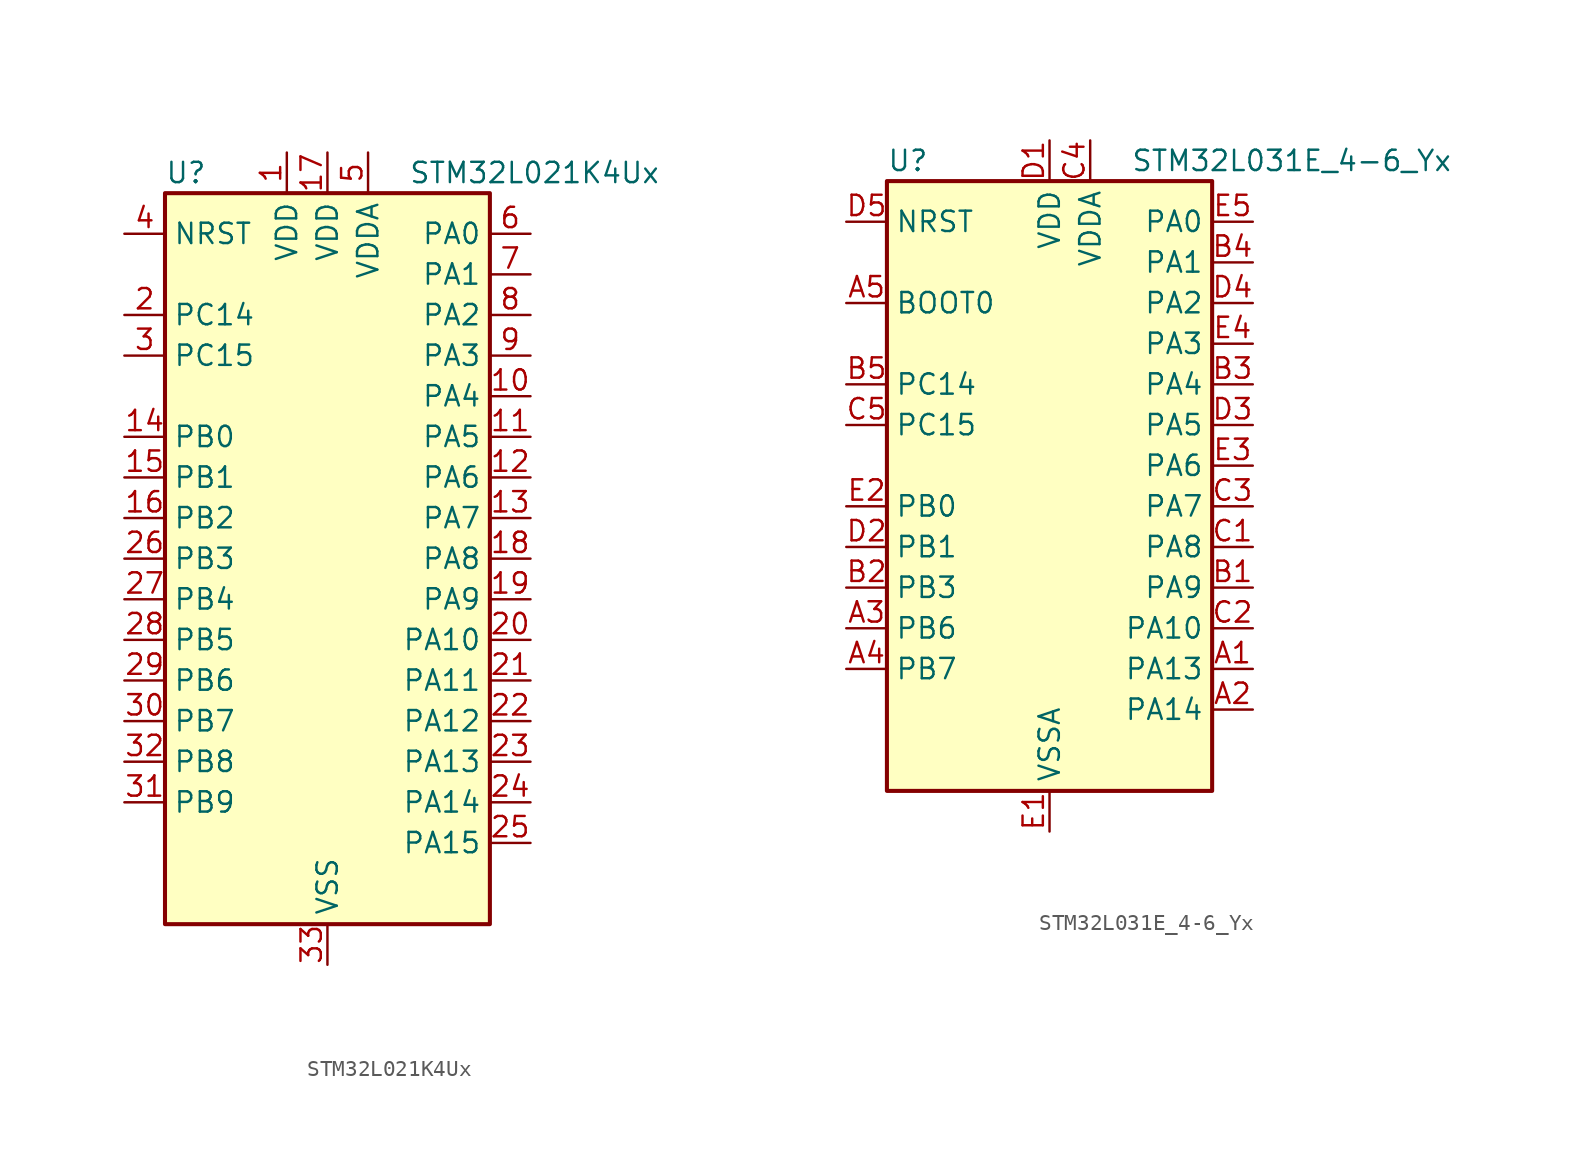
<source format=kicad_sym>
(kicad_symbol_lib
  (version 20220914)
  (generator kicad_symbol_editor)
  (symbol "STM32L021K4Ux"
    (property "Reference" "U"
      (at -10.16 24.13 0)
      (effects (font (size 1.27 1.27)) (justify left)))
    (property "Value" "STM32L021K4Ux"
      (at 5.08 24.13 0)
      (effects (font (size 1.27 1.27)) (justify left)))
    (property "ki_locked" ""
      (at 0 0 0)
      (effects (font (size 1.27 1.27))))
    (symbol "STM32L021K4Ux_0_1"
      (rectangle (start -10.16 -22.86) (end 10.16 22.86) (stroke (width 0.254) (type default)) (fill (type background))))
    (symbol "STM32L021K4Ux_1_1"
      (pin power_in line (at -2.54 25.4 270) (length 2.54) (name "VDD" (effects (font (size 1.27 1.27)))) (number "1" (effects (font (size 1.27 1.27)))))
      (pin bidirectional line (at 12.7 10.16 180) (length 2.54) (name "PA4" (effects (font (size 1.27 1.27)))) (number "10" (effects (font (size 1.27 1.27)))) (alternate "ADC_IN4" bidirectional line) (alternate "COMP1_INM" bidirectional line) (alternate "COMP2_INM" bidirectional line) (alternate "COMP2_OUT" bidirectional line) (alternate "I2C1_SCL" bidirectional line) (alternate "LPTIM1_ETR" bidirectional line) (alternate "LPTIM1_IN1" bidirectional line) (alternate "LPUART1_TX" bidirectional line) (alternate "SPI1_NSS" bidirectional line) (alternate "TIM2_ETR" bidirectional line) (alternate "USART2_CK" bidirectional line))
      (pin bidirectional line (at 12.7 7.62 180) (length 2.54) (name "PA5" (effects (font (size 1.27 1.27)))) (number "11" (effects (font (size 1.27 1.27)))) (alternate "ADC_IN5" bidirectional line) (alternate "COMP1_INM" bidirectional line) (alternate "COMP2_INM" bidirectional line) (alternate "LPTIM1_IN2" bidirectional line) (alternate "SPI1_SCK" bidirectional line) (alternate "TIM2_CH1" bidirectional line) (alternate "TIM2_ETR" bidirectional line))
      (pin bidirectional line (at 12.7 5.08 180) (length 2.54) (name "PA6" (effects (font (size 1.27 1.27)))) (number "12" (effects (font (size 1.27 1.27)))) (alternate "ADC_IN6" bidirectional line) (alternate "COMP1_OUT" bidirectional line) (alternate "LPTIM1_ETR" bidirectional line) (alternate "LPUART1_CTS" bidirectional line) (alternate "SPI1_MISO" bidirectional line))
      (pin bidirectional line (at 12.7 2.54 180) (length 2.54) (name "PA7" (effects (font (size 1.27 1.27)))) (number "13" (effects (font (size 1.27 1.27)))) (alternate "ADC_IN7" bidirectional line) (alternate "COMP2_INP" bidirectional line) (alternate "COMP2_OUT" bidirectional line) (alternate "LPTIM1_OUT" bidirectional line) (alternate "SPI1_MOSI" bidirectional line) (alternate "TIM21_ETR" bidirectional line) (alternate "USART2_CTS" bidirectional line))
      (pin bidirectional line (at -12.7 7.62 0) (length 2.54) (name "PB0" (effects (font (size 1.27 1.27)))) (number "14" (effects (font (size 1.27 1.27)))) (alternate "ADC_IN8" bidirectional line) (alternate "SPI1_MISO" bidirectional line) (alternate "SYS_VREF_OUT_PB0" bidirectional line) (alternate "TIM2_CH2" bidirectional line) (alternate "TIM2_CH3" bidirectional line) (alternate "USART2_DE" bidirectional line) (alternate "USART2_RTS" bidirectional line))
      (pin bidirectional line (at -12.7 5.08 0) (length 2.54) (name "PB1" (effects (font (size 1.27 1.27)))) (number "15" (effects (font (size 1.27 1.27)))) (alternate "ADC_IN9" bidirectional line) (alternate "LPTIM1_IN1" bidirectional line) (alternate "LPUART1_DE" bidirectional line) (alternate "LPUART1_RTS" bidirectional line) (alternate "SPI1_MOSI" bidirectional line) (alternate "SYS_VREF_OUT_PB1" bidirectional line) (alternate "TIM2_CH4" bidirectional line) (alternate "USART2_CK" bidirectional line))
      (pin bidirectional line (at -12.7 2.54 0) (length 2.54) (name "PB2" (effects (font (size 1.27 1.27)))) (number "16" (effects (font (size 1.27 1.27)))) (alternate "LPTIM1_OUT" bidirectional line))
      (pin power_in line (at 0 25.4 270) (length 2.54) (name "VDD" (effects (font (size 1.27 1.27)))) (number "17" (effects (font (size 1.27 1.27)))))
      (pin bidirectional line (at 12.7 0 180) (length 2.54) (name "PA8" (effects (font (size 1.27 1.27)))) (number "18" (effects (font (size 1.27 1.27)))) (alternate "LPTIM1_IN1" bidirectional line) (alternate "RCC_MCO" bidirectional line) (alternate "TIM2_CH1" bidirectional line) (alternate "USART2_CK" bidirectional line))
      (pin bidirectional line (at 12.7 -2.54 180) (length 2.54) (name "PA9" (effects (font (size 1.27 1.27)))) (number "19" (effects (font (size 1.27 1.27)))) (alternate "COMP1_OUT" bidirectional line) (alternate "I2C1_SCL" bidirectional line) (alternate "LPTIM1_OUT" bidirectional line) (alternate "RCC_MCO" bidirectional line) (alternate "TIM21_CH2" bidirectional line) (alternate "USART2_TX" bidirectional line))
      (pin bidirectional line (at -12.7 15.24 0) (length 2.54) (name "PC14" (effects (font (size 1.27 1.27)))) (number "2" (effects (font (size 1.27 1.27)))) (alternate "RCC_OSC32_IN" bidirectional line))
      (pin bidirectional line (at 12.7 -5.08 180) (length 2.54) (name "PA10" (effects (font (size 1.27 1.27)))) (number "20" (effects (font (size 1.27 1.27)))) (alternate "COMP1_OUT" bidirectional line) (alternate "I2C1_SDA" bidirectional line) (alternate "RTC_REFIN" bidirectional line) (alternate "TIM21_CH1" bidirectional line) (alternate "TIM2_CH3" bidirectional line) (alternate "USART2_RX" bidirectional line))
      (pin bidirectional line (at 12.7 -7.62 180) (length 2.54) (name "PA11" (effects (font (size 1.27 1.27)))) (number "21" (effects (font (size 1.27 1.27)))) (alternate "ADC_EXTI11" bidirectional line) (alternate "COMP1_OUT" bidirectional line) (alternate "LPTIM1_OUT" bidirectional line) (alternate "SPI1_MISO" bidirectional line) (alternate "TIM21_CH2" bidirectional line) (alternate "USART2_CTS" bidirectional line))
      (pin bidirectional line (at 12.7 -10.16 180) (length 2.54) (name "PA12" (effects (font (size 1.27 1.27)))) (number "22" (effects (font (size 1.27 1.27)))) (alternate "COMP2_OUT" bidirectional line) (alternate "SPI1_MOSI" bidirectional line) (alternate "USART2_DE" bidirectional line) (alternate "USART2_RTS" bidirectional line))
      (pin bidirectional line (at 12.7 -12.7 180) (length 2.54) (name "PA13" (effects (font (size 1.27 1.27)))) (number "23" (effects (font (size 1.27 1.27)))) (alternate "COMP1_OUT" bidirectional line) (alternate "I2C1_SDA" bidirectional line) (alternate "LPTIM1_ETR" bidirectional line) (alternate "LPUART1_RX" bidirectional line) (alternate "SPI1_SCK" bidirectional line) (alternate "SYS_SWDIO" bidirectional line))
      (pin bidirectional line (at 12.7 -15.24 180) (length 2.54) (name "PA14" (effects (font (size 1.27 1.27)))) (number "24" (effects (font (size 1.27 1.27)))) (alternate "COMP2_OUT" bidirectional line) (alternate "I2C1_SMBA" bidirectional line) (alternate "LPTIM1_OUT" bidirectional line) (alternate "LPUART1_TX" bidirectional line) (alternate "SPI1_MISO" bidirectional line) (alternate "SYS_SWCLK" bidirectional line) (alternate "USART2_TX" bidirectional line))
      (pin bidirectional line (at 12.7 -17.78 180) (length 2.54) (name "PA15" (effects (font (size 1.27 1.27)))) (number "25" (effects (font (size 1.27 1.27)))) (alternate "SPI1_NSS" bidirectional line) (alternate "TIM2_CH1" bidirectional line) (alternate "TIM2_ETR" bidirectional line) (alternate "USART2_RX" bidirectional line))
      (pin bidirectional line (at -12.7 0 0) (length 2.54) (name "PB3" (effects (font (size 1.27 1.27)))) (number "26" (effects (font (size 1.27 1.27)))) (alternate "COMP2_INM" bidirectional line) (alternate "SPI1_SCK" bidirectional line) (alternate "TIM2_CH2" bidirectional line))
      (pin bidirectional line (at -12.7 -2.54 0) (length 2.54) (name "PB4" (effects (font (size 1.27 1.27)))) (number "27" (effects (font (size 1.27 1.27)))) (alternate "COMP2_INP" bidirectional line) (alternate "SPI1_MISO" bidirectional line))
      (pin bidirectional line (at -12.7 -5.08 0) (length 2.54) (name "PB5" (effects (font (size 1.27 1.27)))) (number "28" (effects (font (size 1.27 1.27)))) (alternate "COMP2_INP" bidirectional line) (alternate "I2C1_SMBA" bidirectional line) (alternate "LPTIM1_IN1" bidirectional line) (alternate "SPI1_MOSI" bidirectional line) (alternate "TIM21_CH1" bidirectional line))
      (pin bidirectional line (at -12.7 -7.62 0) (length 2.54) (name "PB6" (effects (font (size 1.27 1.27)))) (number "29" (effects (font (size 1.27 1.27)))) (alternate "COMP2_INP" bidirectional line) (alternate "I2C1_SCL" bidirectional line) (alternate "LPTIM1_ETR" bidirectional line) (alternate "LPUART1_TX" bidirectional line) (alternate "TIM2_CH3" bidirectional line) (alternate "USART2_TX" bidirectional line))
      (pin bidirectional line (at -12.7 12.7 0) (length 2.54) (name "PC15" (effects (font (size 1.27 1.27)))) (number "3" (effects (font (size 1.27 1.27)))) (alternate "RCC_OSC32_OUT" bidirectional line))
      (pin bidirectional line (at -12.7 -10.16 0) (length 2.54) (name "PB7" (effects (font (size 1.27 1.27)))) (number "30" (effects (font (size 1.27 1.27)))) (alternate "COMP2_INP" bidirectional line) (alternate "I2C1_SDA" bidirectional line) (alternate "LPTIM1_IN2" bidirectional line) (alternate "LPUART1_RX" bidirectional line) (alternate "SYS_PVD_IN" bidirectional line) (alternate "TIM2_CH4" bidirectional line) (alternate "USART2_RX" bidirectional line))
      (pin bidirectional line (at -12.7 -15.24 0) (length 2.54) (name "PB9" (effects (font (size 1.27 1.27)))) (number "31" (effects (font (size 1.27 1.27)))))
      (pin bidirectional line (at -12.7 -12.7 0) (length 2.54) (name "PB8" (effects (font (size 1.27 1.27)))) (number "32" (effects (font (size 1.27 1.27)))) (alternate "I2C1_SCL" bidirectional line) (alternate "SPI1_NSS" bidirectional line) (alternate "USART2_TX" bidirectional line))
      (pin power_in line (at 0 -25.4 90) (length 2.54) (name "VSS" (effects (font (size 1.27 1.27)))) (number "33" (effects (font (size 1.27 1.27)))))
      (pin input line (at -12.7 20.32 0) (length 2.54) (name "NRST" (effects (font (size 1.27 1.27)))) (number "4" (effects (font (size 1.27 1.27)))))
      (pin power_in line (at 2.54 25.4 270) (length 2.54) (name "VDDA" (effects (font (size 1.27 1.27)))) (number "5" (effects (font (size 1.27 1.27)))))
      (pin bidirectional line (at 12.7 20.32 180) (length 2.54) (name "PA0" (effects (font (size 1.27 1.27)))) (number "6" (effects (font (size 1.27 1.27)))) (alternate "ADC_IN0" bidirectional line) (alternate "COMP1_INM" bidirectional line) (alternate "COMP1_OUT" bidirectional line) (alternate "LPTIM1_IN1" bidirectional line) (alternate "LPUART1_RX" bidirectional line) (alternate "RCC_CK_IN" bidirectional line) (alternate "RTC_TAMP2" bidirectional line) (alternate "SYS_WKUP1" bidirectional line) (alternate "TIM2_CH1" bidirectional line) (alternate "TIM2_ETR" bidirectional line) (alternate "USART2_CTS" bidirectional line) (alternate "USART2_RX" bidirectional line))
      (pin bidirectional line (at 12.7 17.78 180) (length 2.54) (name "PA1" (effects (font (size 1.27 1.27)))) (number "7" (effects (font (size 1.27 1.27)))) (alternate "ADC_IN1" bidirectional line) (alternate "COMP1_INP" bidirectional line) (alternate "I2C1_SMBA" bidirectional line) (alternate "LPTIM1_IN2" bidirectional line) (alternate "LPUART1_TX" bidirectional line) (alternate "TIM21_ETR" bidirectional line) (alternate "TIM2_CH2" bidirectional line) (alternate "USART2_DE" bidirectional line) (alternate "USART2_RTS" bidirectional line))
      (pin bidirectional line (at 12.7 15.24 180) (length 2.54) (name "PA2" (effects (font (size 1.27 1.27)))) (number "8" (effects (font (size 1.27 1.27)))) (alternate "ADC_IN2" bidirectional line) (alternate "COMP2_INM" bidirectional line) (alternate "COMP2_OUT" bidirectional line) (alternate "LPUART1_TX" bidirectional line) (alternate "RTC_OUT_ALARM" bidirectional line) (alternate "RTC_OUT_CALIB" bidirectional line) (alternate "RTC_TAMP3" bidirectional line) (alternate "RTC_TS" bidirectional line) (alternate "SYS_WKUP3" bidirectional line) (alternate "TIM21_CH1" bidirectional line) (alternate "TIM2_CH3" bidirectional line) (alternate "USART2_TX" bidirectional line))
      (pin bidirectional line (at 12.7 12.7 180) (length 2.54) (name "PA3" (effects (font (size 1.27 1.27)))) (number "9" (effects (font (size 1.27 1.27)))) (alternate "ADC_IN3" bidirectional line) (alternate "COMP2_INP" bidirectional line) (alternate "LPUART1_RX" bidirectional line) (alternate "TIM21_CH2" bidirectional line) (alternate "TIM2_CH4" bidirectional line) (alternate "USART2_RX" bidirectional line))))
  (symbol "STM32L031E_4-6_Yx"
    (property "Reference" "U"
      (at -10.16 21.59 0)
      (effects (font (size 1.27 1.27)) (justify left)))
    (property "Value" "STM32L031E_4-6_Yx"
      (at 5.08 21.59 0)
      (effects (font (size 1.27 1.27)) (justify left)))
    (property "ki_locked" ""
      (at 0 0 0)
      (effects (font (size 1.27 1.27))))
    (symbol "STM32L031E_4-6_Yx_0_1"
      (rectangle (start -10.16 -17.78) (end 10.16 20.32) (stroke (width 0.254) (type default)) (fill (type background))))
    (symbol "STM32L031E_4-6_Yx_1_1"
      (pin bidirectional line (at 12.7 -10.16 180) (length 2.54) (name "PA13" (effects (font (size 1.27 1.27)))) (number "A1" (effects (font (size 1.27 1.27)))) (alternate "LPTIM1_ETR" bidirectional line) (alternate "LPUART1_RX" bidirectional line) (alternate "SYS_SWDIO" bidirectional line))
      (pin bidirectional line (at 12.7 -12.7 180) (length 2.54) (name "PA14" (effects (font (size 1.27 1.27)))) (number "A2" (effects (font (size 1.27 1.27)))) (alternate "I2C1_SMBA" bidirectional line) (alternate "LPTIM1_OUT" bidirectional line) (alternate "LPUART1_TX" bidirectional line) (alternate "SYS_SWCLK" bidirectional line) (alternate "USART2_TX" bidirectional line))
      (pin bidirectional line (at -12.7 -7.62 0) (length 2.54) (name "PB6" (effects (font (size 1.27 1.27)))) (number "A3" (effects (font (size 1.27 1.27)))) (alternate "COMP2_INP" bidirectional line) (alternate "I2C1_SCL" bidirectional line) (alternate "LPTIM1_ETR" bidirectional line) (alternate "TIM21_CH1" bidirectional line) (alternate "USART2_TX" bidirectional line))
      (pin bidirectional line (at -12.7 -10.16 0) (length 2.54) (name "PB7" (effects (font (size 1.27 1.27)))) (number "A4" (effects (font (size 1.27 1.27)))) (alternate "COMP2_INP" bidirectional line) (alternate "I2C1_SDA" bidirectional line) (alternate "LPTIM1_IN2" bidirectional line) (alternate "SYS_PVD_IN" bidirectional line) (alternate "USART2_RX" bidirectional line))
      (pin input line (at -12.7 12.7 0) (length 2.54) (name "BOOT0" (effects (font (size 1.27 1.27)))) (number "A5" (effects (font (size 1.27 1.27)))))
      (pin bidirectional line (at 12.7 -5.08 180) (length 2.54) (name "PA9" (effects (font (size 1.27 1.27)))) (number "B1" (effects (font (size 1.27 1.27)))) (alternate "I2C1_SCL" bidirectional line) (alternate "RCC_MCO" bidirectional line) (alternate "TIM22_CH1" bidirectional line) (alternate "USART2_TX" bidirectional line))
      (pin bidirectional line (at -12.7 -5.08 0) (length 2.54) (name "PB3" (effects (font (size 1.27 1.27)))) (number "B2" (effects (font (size 1.27 1.27)))) (alternate "COMP2_INM" bidirectional line) (alternate "SPI1_SCK" bidirectional line) (alternate "TIM2_CH2" bidirectional line))
      (pin bidirectional line (at 12.7 7.62 180) (length 2.54) (name "PA4" (effects (font (size 1.27 1.27)))) (number "B3" (effects (font (size 1.27 1.27)))) (alternate "ADC_IN4" bidirectional line) (alternate "COMP1_INM" bidirectional line) (alternate "COMP2_INM" bidirectional line) (alternate "LPTIM1_IN1" bidirectional line) (alternate "SPI1_NSS" bidirectional line) (alternate "TIM22_ETR" bidirectional line) (alternate "USART2_CK" bidirectional line))
      (pin bidirectional line (at 12.7 15.24 180) (length 2.54) (name "PA1" (effects (font (size 1.27 1.27)))) (number "B4" (effects (font (size 1.27 1.27)))) (alternate "ADC_IN1" bidirectional line) (alternate "COMP1_INP" bidirectional line) (alternate "I2C1_SMBA" bidirectional line) (alternate "LPTIM1_IN2" bidirectional line) (alternate "TIM21_ETR" bidirectional line) (alternate "TIM2_CH2" bidirectional line) (alternate "USART2_DE" bidirectional line) (alternate "USART2_RTS" bidirectional line))
      (pin bidirectional line (at -12.7 7.62 0) (length 2.54) (name "PC14" (effects (font (size 1.27 1.27)))) (number "B5" (effects (font (size 1.27 1.27)))) (alternate "RCC_OSC32_IN" bidirectional line))
      (pin bidirectional line (at 12.7 -2.54 180) (length 2.54) (name "PA8" (effects (font (size 1.27 1.27)))) (number "C1" (effects (font (size 1.27 1.27)))) (alternate "LPTIM1_IN1" bidirectional line) (alternate "RCC_MCO" bidirectional line) (alternate "TIM2_CH1" bidirectional line) (alternate "USART2_CK" bidirectional line))
      (pin bidirectional line (at 12.7 -7.62 180) (length 2.54) (name "PA10" (effects (font (size 1.27 1.27)))) (number "C2" (effects (font (size 1.27 1.27)))) (alternate "I2C1_SDA" bidirectional line) (alternate "TIM22_CH2" bidirectional line) (alternate "USART2_RX" bidirectional line))
      (pin bidirectional line (at 12.7 0 180) (length 2.54) (name "PA7" (effects (font (size 1.27 1.27)))) (number "C3" (effects (font (size 1.27 1.27)))) (alternate "ADC_IN7" bidirectional line) (alternate "COMP2_OUT" bidirectional line) (alternate "LPTIM1_OUT" bidirectional line) (alternate "SPI1_MOSI" bidirectional line) (alternate "TIM22_CH2" bidirectional line) (alternate "USART2_CTS" bidirectional line))
      (pin power_in line (at 2.54 22.86 270) (length 2.54) (name "VDDA" (effects (font (size 1.27 1.27)))) (number "C4" (effects (font (size 1.27 1.27)))))
      (pin bidirectional line (at -12.7 5.08 0) (length 2.54) (name "PC15" (effects (font (size 1.27 1.27)))) (number "C5" (effects (font (size 1.27 1.27)))) (alternate "RCC_OSC32_OUT" bidirectional line))
      (pin power_in line (at 0 22.86 270) (length 2.54) (name "VDD" (effects (font (size 1.27 1.27)))) (number "D1" (effects (font (size 1.27 1.27)))))
      (pin bidirectional line (at -12.7 -2.54 0) (length 2.54) (name "PB1" (effects (font (size 1.27 1.27)))) (number "D2" (effects (font (size 1.27 1.27)))) (alternate "ADC_IN9" bidirectional line) (alternate "LPUART1_DE" bidirectional line) (alternate "LPUART1_RTS" bidirectional line) (alternate "SPI1_MOSI" bidirectional line) (alternate "SYS_VREF_OUT_PB1" bidirectional line) (alternate "TIM2_CH4" bidirectional line) (alternate "USART2_CK" bidirectional line))
      (pin bidirectional line (at 12.7 5.08 180) (length 2.54) (name "PA5" (effects (font (size 1.27 1.27)))) (number "D3" (effects (font (size 1.27 1.27)))) (alternate "ADC_IN5" bidirectional line) (alternate "COMP1_INM" bidirectional line) (alternate "COMP2_INM" bidirectional line) (alternate "LPTIM1_IN2" bidirectional line) (alternate "SPI1_SCK" bidirectional line) (alternate "TIM2_CH1" bidirectional line) (alternate "TIM2_ETR" bidirectional line))
      (pin bidirectional line (at 12.7 12.7 180) (length 2.54) (name "PA2" (effects (font (size 1.27 1.27)))) (number "D4" (effects (font (size 1.27 1.27)))) (alternate "ADC_IN2" bidirectional line) (alternate "COMP2_INM" bidirectional line) (alternate "COMP2_OUT" bidirectional line) (alternate "LPUART1_TX" bidirectional line) (alternate "RTC_OUT_ALARM" bidirectional line) (alternate "RTC_OUT_CALIB" bidirectional line) (alternate "RTC_TAMP3" bidirectional line) (alternate "RTC_TS" bidirectional line) (alternate "SYS_WKUP3" bidirectional line) (alternate "TIM21_CH1" bidirectional line) (alternate "TIM2_CH3" bidirectional line) (alternate "USART2_TX" bidirectional line))
      (pin input line (at -12.7 17.78 0) (length 2.54) (name "NRST" (effects (font (size 1.27 1.27)))) (number "D5" (effects (font (size 1.27 1.27)))))
      (pin power_in line (at 0 -20.32 90) (length 2.54) (name "VSSA" (effects (font (size 1.27 1.27)))) (number "E1" (effects (font (size 1.27 1.27)))))
      (pin bidirectional line (at -12.7 0 0) (length 2.54) (name "PB0" (effects (font (size 1.27 1.27)))) (number "E2" (effects (font (size 1.27 1.27)))) (alternate "ADC_IN8" bidirectional line) (alternate "SPI1_MISO" bidirectional line) (alternate "SYS_VREF_OUT_PB0" bidirectional line) (alternate "TIM2_CH3" bidirectional line) (alternate "USART2_DE" bidirectional line) (alternate "USART2_RTS" bidirectional line))
      (pin bidirectional line (at 12.7 2.54 180) (length 2.54) (name "PA6" (effects (font (size 1.27 1.27)))) (number "E3" (effects (font (size 1.27 1.27)))) (alternate "ADC_IN6" bidirectional line) (alternate "COMP1_OUT" bidirectional line) (alternate "LPTIM1_ETR" bidirectional line) (alternate "LPUART1_CTS" bidirectional line) (alternate "SPI1_MISO" bidirectional line) (alternate "TIM22_CH1" bidirectional line))
      (pin bidirectional line (at 12.7 10.16 180) (length 2.54) (name "PA3" (effects (font (size 1.27 1.27)))) (number "E4" (effects (font (size 1.27 1.27)))) (alternate "ADC_IN3" bidirectional line) (alternate "COMP2_INP" bidirectional line) (alternate "LPUART1_RX" bidirectional line) (alternate "TIM21_CH2" bidirectional line) (alternate "TIM2_CH4" bidirectional line) (alternate "USART2_RX" bidirectional line))
      (pin bidirectional line (at 12.7 17.78 180) (length 2.54) (name "PA0" (effects (font (size 1.27 1.27)))) (number "E5" (effects (font (size 1.27 1.27)))) (alternate "ADC_IN0" bidirectional line) (alternate "COMP1_INM" bidirectional line) (alternate "COMP1_OUT" bidirectional line) (alternate "LPTIM1_IN1" bidirectional line) (alternate "RCC_CK_IN" bidirectional line) (alternate "RTC_TAMP2" bidirectional line) (alternate "SYS_WKUP1" bidirectional line) (alternate "TIM2_CH1" bidirectional line) (alternate "TIM2_ETR" bidirectional line) (alternate "USART2_CTS" bidirectional line)))))
</source>
